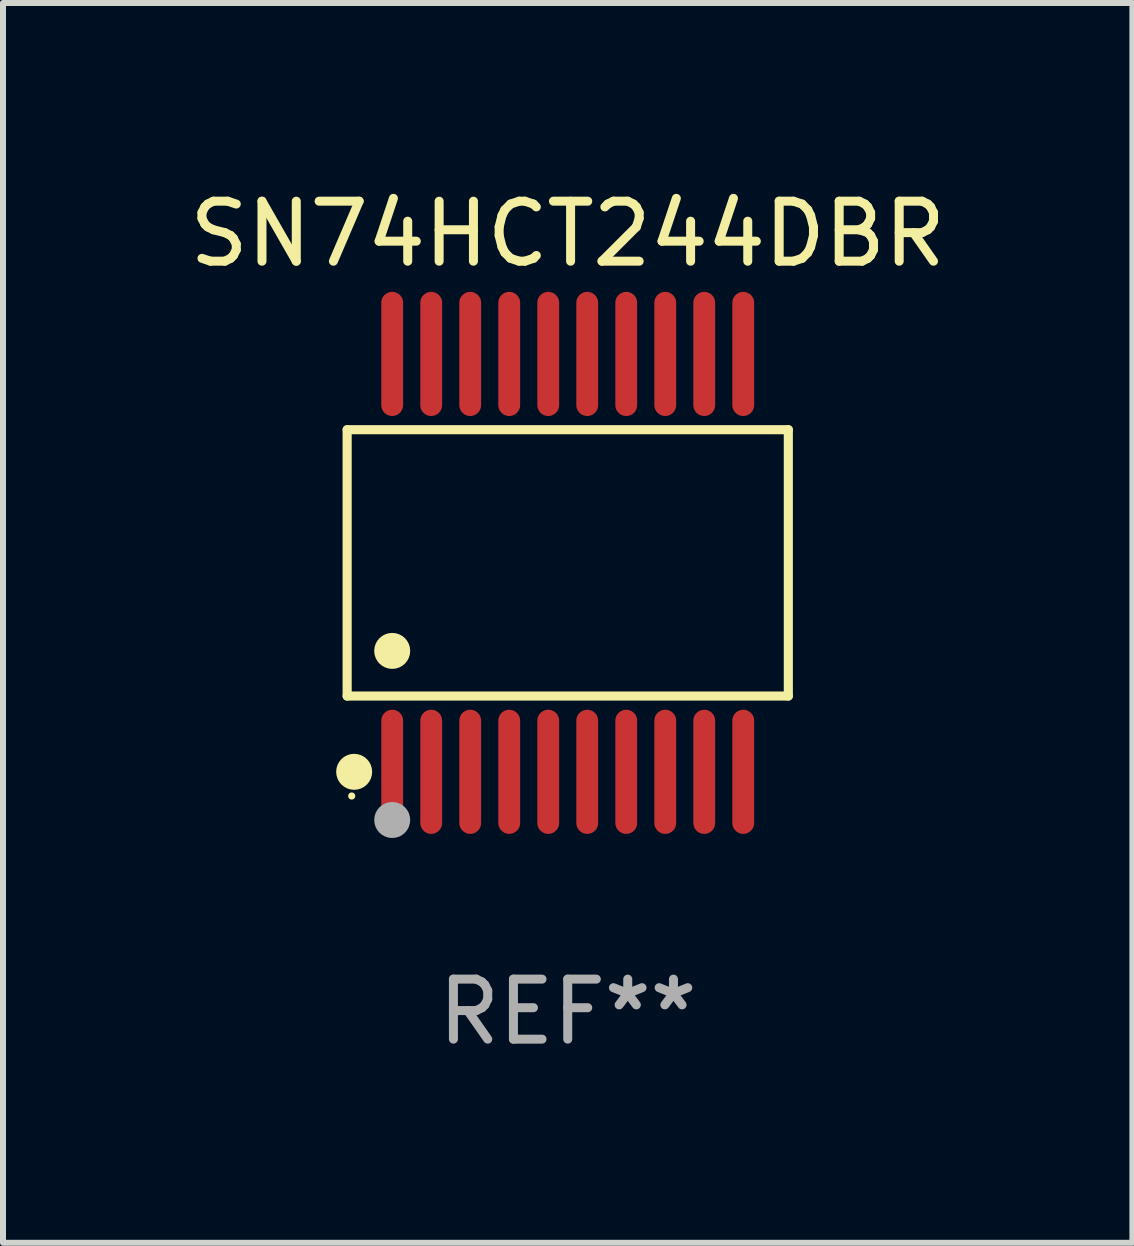
<source format=kicad_pcb>
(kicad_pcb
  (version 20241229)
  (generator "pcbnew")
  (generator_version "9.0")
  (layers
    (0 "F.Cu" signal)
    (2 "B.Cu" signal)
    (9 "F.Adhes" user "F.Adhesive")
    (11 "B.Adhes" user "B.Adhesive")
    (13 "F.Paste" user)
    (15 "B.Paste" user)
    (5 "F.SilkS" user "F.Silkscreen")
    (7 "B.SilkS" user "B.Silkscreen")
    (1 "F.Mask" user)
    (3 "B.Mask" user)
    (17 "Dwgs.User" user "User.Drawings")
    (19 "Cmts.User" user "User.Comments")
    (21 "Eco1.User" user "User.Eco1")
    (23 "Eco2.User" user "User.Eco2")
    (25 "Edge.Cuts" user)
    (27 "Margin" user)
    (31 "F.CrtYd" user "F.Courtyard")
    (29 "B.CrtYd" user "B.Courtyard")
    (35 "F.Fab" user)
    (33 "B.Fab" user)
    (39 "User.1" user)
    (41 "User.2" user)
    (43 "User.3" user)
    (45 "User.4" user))
  (footprint "SN74HCT244DBR"
    (layer "F.Cu")
    (at 6.411 6.33)
    (property "Reference" "SN74HCT244DBR" (at 0 -5.482 0) (layer "F.SilkS") (effects (font (size 1 1) (thickness 0.15))))
    (attr through_hole)
    (fp_line (start -3.676 -2.219) (end 3.676 -2.219) (stroke (width 0.152) (type solid)) (layer "F.SilkS"))
    (fp_line (start -3.676 2.219) (end -3.676 -2.219) (stroke (width 0.152) (type solid)) (layer "F.SilkS"))
    (fp_line (start 3.676 -2.219) (end 3.676 2.219) (stroke (width 0.152) (type solid)) (layer "F.SilkS"))
    (fp_line (start 3.676 2.219) (end -3.676 2.219) (stroke (width 0.152) (type solid)) (layer "F.SilkS"))
    (fp_circle (center -3.6 3.885) (end -3.57 3.885) (stroke (width 0.06) (type solid)) (fill no) (layer "F.SilkS"))
    (fp_circle (center -3.559 3.482) (end -3.409 3.482) (stroke (width 0.3) (type solid)) (fill no) (layer "F.SilkS"))
    (fp_circle (center -2.925 1.467) (end -2.775 1.467) (stroke (width 0.3) (type solid)) (fill no) (layer "F.SilkS"))
    (fp_circle (center -2.925 4.285) (end -2.775 4.285) (stroke (width 0.3) (type solid)) (fill no) (layer "F.Fab"))
    (fp_text user "REF**" (at 0 7.482 0) (layer "F.Fab") (effects (font (size 1 1) (thickness 0.15))))
    (pad "1" smd oval (at -2.925 3.482) (size 0.364 2.069) (layers "F.Cu" "F.Mask" "F.Paste"))
    (pad "2" smd oval (at -2.275 3.482) (size 0.364 2.069) (layers "F.Cu" "F.Mask" "F.Paste"))
    (pad "3" smd oval (at -1.625 3.482) (size 0.364 2.069) (layers "F.Cu" "F.Mask" "F.Paste"))
    (pad "4" smd oval (at -0.975 3.482) (size 0.364 2.069) (layers "F.Cu" "F.Mask" "F.Paste"))
    (pad "5" smd oval (at -0.325 3.482) (size 0.364 2.069) (layers "F.Cu" "F.Mask" "F.Paste"))
    (pad "6" smd oval (at 0.325 3.482) (size 0.364 2.069) (layers "F.Cu" "F.Mask" "F.Paste"))
    (pad "7" smd oval (at 0.975 3.482) (size 0.364 2.069) (layers "F.Cu" "F.Mask" "F.Paste"))
    (pad "8" smd oval (at 1.625 3.482) (size 0.364 2.069) (layers "F.Cu" "F.Mask" "F.Paste"))
    (pad "9" smd oval (at 2.275 3.482) (size 0.364 2.069) (layers "F.Cu" "F.Mask" "F.Paste"))
    (pad "10" smd oval (at 2.925 3.482) (size 0.364 2.069) (layers "F.Cu" "F.Mask" "F.Paste"))
    (pad "11" smd oval (at 2.925 -3.482) (size 0.364 2.069) (layers "F.Cu" "F.Mask" "F.Paste"))
    (pad "12" smd oval (at 2.275 -3.482) (size 0.364 2.069) (layers "F.Cu" "F.Mask" "F.Paste"))
    (pad "13" smd oval (at 1.625 -3.482) (size 0.364 2.069) (layers "F.Cu" "F.Mask" "F.Paste"))
    (pad "14" smd oval (at 0.975 -3.482) (size 0.364 2.069) (layers "F.Cu" "F.Mask" "F.Paste"))
    (pad "15" smd oval (at 0.325 -3.482) (size 0.364 2.069) (layers "F.Cu" "F.Mask" "F.Paste"))
    (pad "16" smd oval (at -0.325 -3.482) (size 0.364 2.069) (layers "F.Cu" "F.Mask" "F.Paste"))
    (pad "17" smd oval (at -0.975 -3.482) (size 0.364 2.069) (layers "F.Cu" "F.Mask" "F.Paste"))
    (pad "18" smd oval (at -1.625 -3.482) (size 0.364 2.069) (layers "F.Cu" "F.Mask" "F.Paste"))
    (pad "19" smd oval (at -2.275 -3.482) (size 0.364 2.069) (layers "F.Cu" "F.Mask" "F.Paste"))
    (pad "20" smd oval (at -2.925 -3.482) (size 0.364 2.069) (layers "F.Cu" "F.Mask" "F.Paste")))
  (gr_rect
    (start -3 -3)
    (end 15.821 17.661)
    (stroke (width 0.1) (type default))
    (fill no)
    (layer "Edge.Cuts")))
</source>
